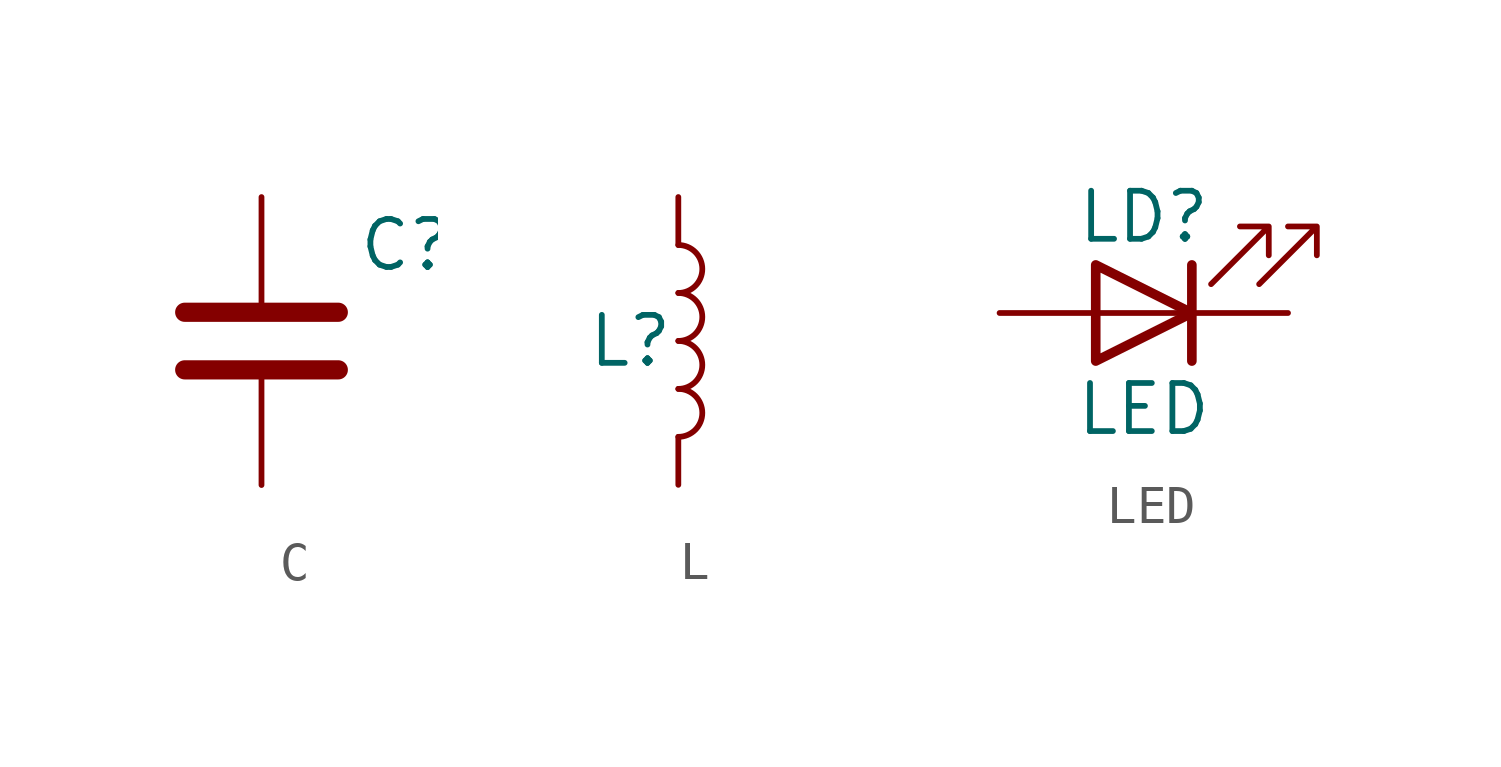
<source format=kicad_sym>
(kicad_symbol_lib
  (version 20220914)
  (generator kicad_symbol_editor)
  (symbol "C"
    (pin_numbers hide)
    (pin_names
      (offset 0))
    (property "Reference" "C"
      (at 2.54 2.54 0)
      (do_not_autoplace)
      (effects (font (size 1.27 1.27)) (justify left)))
    (property "Value" ""
      (at 2.54 0 0)
      (do_not_autoplace)
      (effects (font (size 1.27 1.27)) (justify left)))
    (property "Voltage" ""
      (at 2.54 -2.54 0)
      (do_not_autoplace)
      (effects (font (size 1.27 1.27) (color 0 100 100 1)) (justify left)))
    (symbol "C_0_1"
      (polyline (pts (xy -2.032 -0.762) (xy 2.032 -0.762)) (stroke (width 0.508) (type default)) (fill (type none)))
      (polyline (pts (xy -2.032 0.762) (xy 2.032 0.762)) (stroke (width 0.508) (type default)) (fill (type none))))
    (symbol "C_1_1"
      (pin passive line (at 0 3.81 270) (length 2.794) (name "~" (effects (font (size 1.27 1.27)))) (number "1" (effects (font (size 1.27 1.27)))))
      (pin passive line (at 0 -3.81 90) (length 2.794) (name "~" (effects (font (size 1.27 1.27)))) (number "2" (effects (font (size 1.27 1.27)))))))
  (symbol "L"
    (pin_numbers hide)
    (pin_names hide)
    (property "Reference" "L"
      (at -1.27 0 0)
      (effects (font (size 1.27 1.27))))
    (property "Value" ""
      (at 2.54 0 0)
      (effects (font (size 1.27 1.27))))
    (symbol "L_0_1"
      (arc (start 0 -2.54) (mid 0.6323 -1.905) (end 0 -1.27) (stroke (width 0) (type default)) (fill (type none)))
      (arc (start 0 -1.27) (mid 0.6323 -0.635) (end 0 0) (stroke (width 0) (type default)) (fill (type none)))
      (arc (start 0 0) (mid 0.6323 0.635) (end 0 1.27) (stroke (width 0) (type default)) (fill (type none)))
      (arc (start 0 1.27) (mid 0.6323 1.905) (end 0 2.54) (stroke (width 0) (type default)) (fill (type none))))
    (symbol "L_1_1"
      (pin passive line (at 0 3.81 270) (length 1.27) (name "1" (effects (font (size 1.27 1.27)))) (number "1" (effects (font (size 1.27 1.27)))))
      (pin passive line (at 0 -3.81 90) (length 1.27) (name "2" (effects (font (size 1.27 1.27)))) (number "2" (effects (font (size 1.27 1.27)))))))
  (symbol "LED"
    (pin_numbers hide)
    (pin_names hide)
    (property "Reference" "LD"
      (at 0 2.54 0)
      (effects (font (size 1.27 1.27))))
    (property "Value" "LED"
      (at 0 -2.54 0)
      (do_not_autoplace)
      (effects (font (size 1.27 1.27))))
    (symbol "LED_0_1"
      (polyline (pts (xy 1.27 0) (xy -1.27 0)) (stroke (width 0) (type default)) (fill (type none)))
      (polyline (pts (xy 1.27 1.27) (xy 1.27 -1.27)) (stroke (width 0.254) (type default)) (fill (type none)))
      (polyline (pts (xy -1.27 1.27) (xy -1.27 -1.27) (xy 1.27 0) (xy -1.27 1.27)) (stroke (width 0.254) (type default)) (fill (type none)))
      (polyline (pts (xy 1.778 0.762) (xy 3.302 2.286) (xy 2.54 2.286) (xy 3.302 2.286) (xy 3.302 1.524)) (stroke (width 0) (type default)) (fill (type none)))
      (polyline (pts (xy 3.048 0.762) (xy 4.572 2.286) (xy 3.81 2.286) (xy 4.572 2.286) (xy 4.572 1.524)) (stroke (width 0) (type default)) (fill (type none))))
    (symbol "LED_1_1"
      (pin passive line (at 3.81 0 180) (length 2.54) (name "K" (effects (font (size 1.27 1.27)))) (number "1" (effects (font (size 1.27 1.27)))))
      (pin passive line (at -3.81 0 0) (length 2.54) (name "A" (effects (font (size 1.27 1.27)))) (number "2" (effects (font (size 1.27 1.27))))))))
</source>
